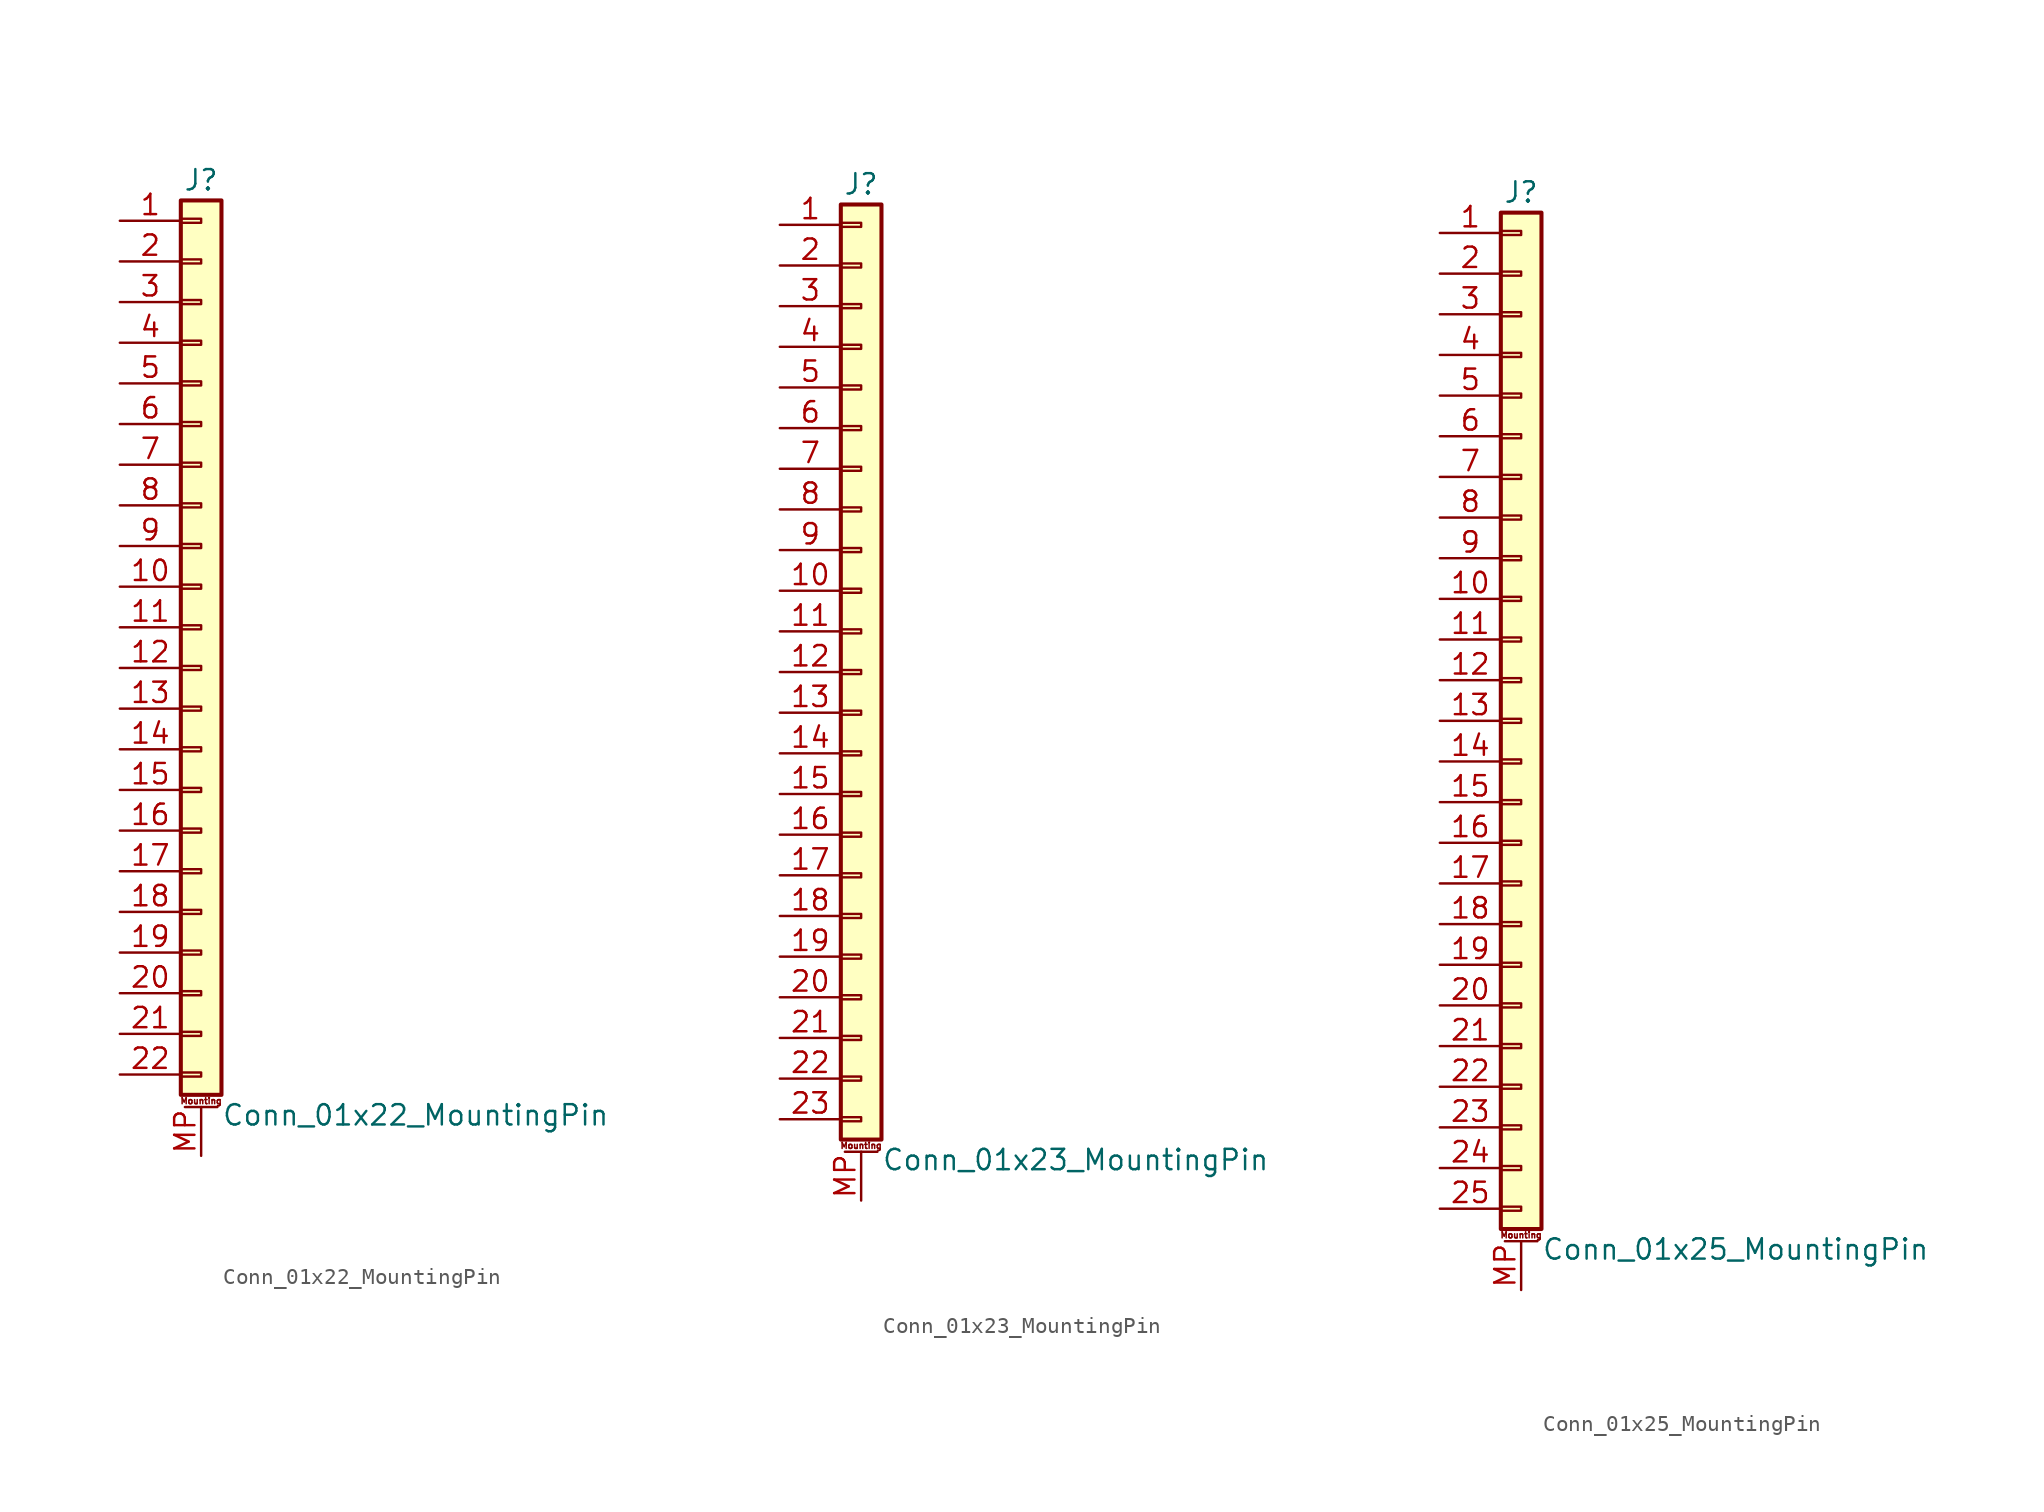
<source format=kicad_sym>
(kicad_symbol_lib
  (version 20211014)
  (generator kicad_symbol_editor)
  (symbol "Conn_01x22_MountingPin"
    (pin_names
      (offset 1.016) hide)
    (property "Reference" "J"
      (at 0 27.94 0)
      (effects (font (size 1.27 1.27))))
    (property "Value" "Conn_01x22_MountingPin"
      (at 1.27 -30.48 0)
      (effects (font (size 1.27 1.27)) (justify left)))
    (symbol "Conn_01x22_MountingPin_1_1"
      (rectangle (start -1.27 -27.813) (end 0 -28.067) (stroke (width 0.152) (type default) (color 0 0 0 0)) (fill (type none)))
      (rectangle (start -1.27 -25.273) (end 0 -25.527) (stroke (width 0.152) (type default) (color 0 0 0 0)) (fill (type none)))
      (rectangle (start -1.27 -22.733) (end 0 -22.987) (stroke (width 0.152) (type default) (color 0 0 0 0)) (fill (type none)))
      (rectangle (start -1.27 -20.193) (end 0 -20.447) (stroke (width 0.152) (type default) (color 0 0 0 0)) (fill (type none)))
      (rectangle (start -1.27 -17.653) (end 0 -17.907) (stroke (width 0.152) (type default) (color 0 0 0 0)) (fill (type none)))
      (rectangle (start -1.27 -15.113) (end 0 -15.367) (stroke (width 0.152) (type default) (color 0 0 0 0)) (fill (type none)))
      (rectangle (start -1.27 -12.573) (end 0 -12.827) (stroke (width 0.152) (type default) (color 0 0 0 0)) (fill (type none)))
      (rectangle (start -1.27 -10.033) (end 0 -10.287) (stroke (width 0.152) (type default) (color 0 0 0 0)) (fill (type none)))
      (rectangle (start -1.27 -7.493) (end 0 -7.747) (stroke (width 0.152) (type default) (color 0 0 0 0)) (fill (type none)))
      (rectangle (start -1.27 -4.953) (end 0 -5.207) (stroke (width 0.152) (type default) (color 0 0 0 0)) (fill (type none)))
      (rectangle (start -1.27 -2.413) (end 0 -2.667) (stroke (width 0.152) (type default) (color 0 0 0 0)) (fill (type none)))
      (rectangle (start -1.27 0.127) (end 0 -0.127) (stroke (width 0.152) (type default) (color 0 0 0 0)) (fill (type none)))
      (rectangle (start -1.27 2.667) (end 0 2.413) (stroke (width 0.152) (type default) (color 0 0 0 0)) (fill (type none)))
      (rectangle (start -1.27 5.207) (end 0 4.953) (stroke (width 0.152) (type default) (color 0 0 0 0)) (fill (type none)))
      (rectangle (start -1.27 7.747) (end 0 7.493) (stroke (width 0.152) (type default) (color 0 0 0 0)) (fill (type none)))
      (rectangle (start -1.27 10.287) (end 0 10.033) (stroke (width 0.152) (type default) (color 0 0 0 0)) (fill (type none)))
      (rectangle (start -1.27 12.827) (end 0 12.573) (stroke (width 0.152) (type default) (color 0 0 0 0)) (fill (type none)))
      (rectangle (start -1.27 15.367) (end 0 15.113) (stroke (width 0.152) (type default) (color 0 0 0 0)) (fill (type none)))
      (rectangle (start -1.27 17.907) (end 0 17.653) (stroke (width 0.152) (type default) (color 0 0 0 0)) (fill (type none)))
      (rectangle (start -1.27 20.447) (end 0 20.193) (stroke (width 0.152) (type default) (color 0 0 0 0)) (fill (type none)))
      (rectangle (start -1.27 22.987) (end 0 22.733) (stroke (width 0.152) (type default) (color 0 0 0 0)) (fill (type none)))
      (rectangle (start -1.27 25.527) (end 0 25.273) (stroke (width 0.152) (type default) (color 0 0 0 0)) (fill (type none)))
      (rectangle (start -1.27 26.67) (end 1.27 -29.21) (stroke (width 0.254) (type default) (color 0 0 0 0)) (fill (type background)))
      (polyline (pts (xy -1.016 -29.972) (xy 1.016 -29.972)) (stroke (width 0.152) (type default) (color 0 0 0 0)) (fill (type none)))
      (text "Mounting" (at 0 -29.591 0) (effects (font (size 0.381 0.381))))
      (pin passive line (at -5.08 25.4 0) (length 3.81) (name "Pin_1" (effects (font (size 1.27 1.27)))) (number "1" (effects (font (size 1.27 1.27)))))
      (pin passive line (at -5.08 2.54 0) (length 3.81) (name "Pin_10" (effects (font (size 1.27 1.27)))) (number "10" (effects (font (size 1.27 1.27)))))
      (pin passive line (at -5.08 0 0) (length 3.81) (name "Pin_11" (effects (font (size 1.27 1.27)))) (number "11" (effects (font (size 1.27 1.27)))))
      (pin passive line (at -5.08 -2.54 0) (length 3.81) (name "Pin_12" (effects (font (size 1.27 1.27)))) (number "12" (effects (font (size 1.27 1.27)))))
      (pin passive line (at -5.08 -5.08 0) (length 3.81) (name "Pin_13" (effects (font (size 1.27 1.27)))) (number "13" (effects (font (size 1.27 1.27)))))
      (pin passive line (at -5.08 -7.62 0) (length 3.81) (name "Pin_14" (effects (font (size 1.27 1.27)))) (number "14" (effects (font (size 1.27 1.27)))))
      (pin passive line (at -5.08 -10.16 0) (length 3.81) (name "Pin_15" (effects (font (size 1.27 1.27)))) (number "15" (effects (font (size 1.27 1.27)))))
      (pin passive line (at -5.08 -12.7 0) (length 3.81) (name "Pin_16" (effects (font (size 1.27 1.27)))) (number "16" (effects (font (size 1.27 1.27)))))
      (pin passive line (at -5.08 -15.24 0) (length 3.81) (name "Pin_17" (effects (font (size 1.27 1.27)))) (number "17" (effects (font (size 1.27 1.27)))))
      (pin passive line (at -5.08 -17.78 0) (length 3.81) (name "Pin_18" (effects (font (size 1.27 1.27)))) (number "18" (effects (font (size 1.27 1.27)))))
      (pin passive line (at -5.08 -20.32 0) (length 3.81) (name "Pin_19" (effects (font (size 1.27 1.27)))) (number "19" (effects (font (size 1.27 1.27)))))
      (pin passive line (at -5.08 22.86 0) (length 3.81) (name "Pin_2" (effects (font (size 1.27 1.27)))) (number "2" (effects (font (size 1.27 1.27)))))
      (pin passive line (at -5.08 -22.86 0) (length 3.81) (name "Pin_20" (effects (font (size 1.27 1.27)))) (number "20" (effects (font (size 1.27 1.27)))))
      (pin passive line (at -5.08 -25.4 0) (length 3.81) (name "Pin_21" (effects (font (size 1.27 1.27)))) (number "21" (effects (font (size 1.27 1.27)))))
      (pin passive line (at -5.08 -27.94 0) (length 3.81) (name "Pin_22" (effects (font (size 1.27 1.27)))) (number "22" (effects (font (size 1.27 1.27)))))
      (pin passive line (at -5.08 20.32 0) (length 3.81) (name "Pin_3" (effects (font (size 1.27 1.27)))) (number "3" (effects (font (size 1.27 1.27)))))
      (pin passive line (at -5.08 17.78 0) (length 3.81) (name "Pin_4" (effects (font (size 1.27 1.27)))) (number "4" (effects (font (size 1.27 1.27)))))
      (pin passive line (at -5.08 15.24 0) (length 3.81) (name "Pin_5" (effects (font (size 1.27 1.27)))) (number "5" (effects (font (size 1.27 1.27)))))
      (pin passive line (at -5.08 12.7 0) (length 3.81) (name "Pin_6" (effects (font (size 1.27 1.27)))) (number "6" (effects (font (size 1.27 1.27)))))
      (pin passive line (at -5.08 10.16 0) (length 3.81) (name "Pin_7" (effects (font (size 1.27 1.27)))) (number "7" (effects (font (size 1.27 1.27)))))
      (pin passive line (at -5.08 7.62 0) (length 3.81) (name "Pin_8" (effects (font (size 1.27 1.27)))) (number "8" (effects (font (size 1.27 1.27)))))
      (pin passive line (at -5.08 5.08 0) (length 3.81) (name "Pin_9" (effects (font (size 1.27 1.27)))) (number "9" (effects (font (size 1.27 1.27)))))
      (pin passive line (at 0 -33.02 90) (length 3.048) (name "MountPin" (effects (font (size 1.27 1.27)))) (number "MP" (effects (font (size 1.27 1.27)))))))
  (symbol "Conn_01x23_MountingPin"
    (pin_names
      (offset 1.016) hide)
    (property "Reference" "J"
      (at 0 30.48 0)
      (effects (font (size 1.27 1.27))))
    (property "Value" "Conn_01x23_MountingPin"
      (at 1.27 -30.48 0)
      (effects (font (size 1.27 1.27)) (justify left)))
    (symbol "Conn_01x23_MountingPin_1_1"
      (rectangle (start -1.27 -27.813) (end 0 -28.067) (stroke (width 0.152) (type default) (color 0 0 0 0)) (fill (type none)))
      (rectangle (start -1.27 -25.273) (end 0 -25.527) (stroke (width 0.152) (type default) (color 0 0 0 0)) (fill (type none)))
      (rectangle (start -1.27 -22.733) (end 0 -22.987) (stroke (width 0.152) (type default) (color 0 0 0 0)) (fill (type none)))
      (rectangle (start -1.27 -20.193) (end 0 -20.447) (stroke (width 0.152) (type default) (color 0 0 0 0)) (fill (type none)))
      (rectangle (start -1.27 -17.653) (end 0 -17.907) (stroke (width 0.152) (type default) (color 0 0 0 0)) (fill (type none)))
      (rectangle (start -1.27 -15.113) (end 0 -15.367) (stroke (width 0.152) (type default) (color 0 0 0 0)) (fill (type none)))
      (rectangle (start -1.27 -12.573) (end 0 -12.827) (stroke (width 0.152) (type default) (color 0 0 0 0)) (fill (type none)))
      (rectangle (start -1.27 -10.033) (end 0 -10.287) (stroke (width 0.152) (type default) (color 0 0 0 0)) (fill (type none)))
      (rectangle (start -1.27 -7.493) (end 0 -7.747) (stroke (width 0.152) (type default) (color 0 0 0 0)) (fill (type none)))
      (rectangle (start -1.27 -4.953) (end 0 -5.207) (stroke (width 0.152) (type default) (color 0 0 0 0)) (fill (type none)))
      (rectangle (start -1.27 -2.413) (end 0 -2.667) (stroke (width 0.152) (type default) (color 0 0 0 0)) (fill (type none)))
      (rectangle (start -1.27 0.127) (end 0 -0.127) (stroke (width 0.152) (type default) (color 0 0 0 0)) (fill (type none)))
      (rectangle (start -1.27 2.667) (end 0 2.413) (stroke (width 0.152) (type default) (color 0 0 0 0)) (fill (type none)))
      (rectangle (start -1.27 5.207) (end 0 4.953) (stroke (width 0.152) (type default) (color 0 0 0 0)) (fill (type none)))
      (rectangle (start -1.27 7.747) (end 0 7.493) (stroke (width 0.152) (type default) (color 0 0 0 0)) (fill (type none)))
      (rectangle (start -1.27 10.287) (end 0 10.033) (stroke (width 0.152) (type default) (color 0 0 0 0)) (fill (type none)))
      (rectangle (start -1.27 12.827) (end 0 12.573) (stroke (width 0.152) (type default) (color 0 0 0 0)) (fill (type none)))
      (rectangle (start -1.27 15.367) (end 0 15.113) (stroke (width 0.152) (type default) (color 0 0 0 0)) (fill (type none)))
      (rectangle (start -1.27 17.907) (end 0 17.653) (stroke (width 0.152) (type default) (color 0 0 0 0)) (fill (type none)))
      (rectangle (start -1.27 20.447) (end 0 20.193) (stroke (width 0.152) (type default) (color 0 0 0 0)) (fill (type none)))
      (rectangle (start -1.27 22.987) (end 0 22.733) (stroke (width 0.152) (type default) (color 0 0 0 0)) (fill (type none)))
      (rectangle (start -1.27 25.527) (end 0 25.273) (stroke (width 0.152) (type default) (color 0 0 0 0)) (fill (type none)))
      (rectangle (start -1.27 28.067) (end 0 27.813) (stroke (width 0.152) (type default) (color 0 0 0 0)) (fill (type none)))
      (rectangle (start -1.27 29.21) (end 1.27 -29.21) (stroke (width 0.254) (type default) (color 0 0 0 0)) (fill (type background)))
      (polyline (pts (xy -1.016 -29.972) (xy 1.016 -29.972)) (stroke (width 0.152) (type default) (color 0 0 0 0)) (fill (type none)))
      (text "Mounting" (at 0 -29.591 0) (effects (font (size 0.381 0.381))))
      (pin passive line (at -5.08 27.94 0) (length 3.81) (name "Pin_1" (effects (font (size 1.27 1.27)))) (number "1" (effects (font (size 1.27 1.27)))))
      (pin passive line (at -5.08 5.08 0) (length 3.81) (name "Pin_10" (effects (font (size 1.27 1.27)))) (number "10" (effects (font (size 1.27 1.27)))))
      (pin passive line (at -5.08 2.54 0) (length 3.81) (name "Pin_11" (effects (font (size 1.27 1.27)))) (number "11" (effects (font (size 1.27 1.27)))))
      (pin passive line (at -5.08 0 0) (length 3.81) (name "Pin_12" (effects (font (size 1.27 1.27)))) (number "12" (effects (font (size 1.27 1.27)))))
      (pin passive line (at -5.08 -2.54 0) (length 3.81) (name "Pin_13" (effects (font (size 1.27 1.27)))) (number "13" (effects (font (size 1.27 1.27)))))
      (pin passive line (at -5.08 -5.08 0) (length 3.81) (name "Pin_14" (effects (font (size 1.27 1.27)))) (number "14" (effects (font (size 1.27 1.27)))))
      (pin passive line (at -5.08 -7.62 0) (length 3.81) (name "Pin_15" (effects (font (size 1.27 1.27)))) (number "15" (effects (font (size 1.27 1.27)))))
      (pin passive line (at -5.08 -10.16 0) (length 3.81) (name "Pin_16" (effects (font (size 1.27 1.27)))) (number "16" (effects (font (size 1.27 1.27)))))
      (pin passive line (at -5.08 -12.7 0) (length 3.81) (name "Pin_17" (effects (font (size 1.27 1.27)))) (number "17" (effects (font (size 1.27 1.27)))))
      (pin passive line (at -5.08 -15.24 0) (length 3.81) (name "Pin_18" (effects (font (size 1.27 1.27)))) (number "18" (effects (font (size 1.27 1.27)))))
      (pin passive line (at -5.08 -17.78 0) (length 3.81) (name "Pin_19" (effects (font (size 1.27 1.27)))) (number "19" (effects (font (size 1.27 1.27)))))
      (pin passive line (at -5.08 25.4 0) (length 3.81) (name "Pin_2" (effects (font (size 1.27 1.27)))) (number "2" (effects (font (size 1.27 1.27)))))
      (pin passive line (at -5.08 -20.32 0) (length 3.81) (name "Pin_20" (effects (font (size 1.27 1.27)))) (number "20" (effects (font (size 1.27 1.27)))))
      (pin passive line (at -5.08 -22.86 0) (length 3.81) (name "Pin_21" (effects (font (size 1.27 1.27)))) (number "21" (effects (font (size 1.27 1.27)))))
      (pin passive line (at -5.08 -25.4 0) (length 3.81) (name "Pin_22" (effects (font (size 1.27 1.27)))) (number "22" (effects (font (size 1.27 1.27)))))
      (pin passive line (at -5.08 -27.94 0) (length 3.81) (name "Pin_23" (effects (font (size 1.27 1.27)))) (number "23" (effects (font (size 1.27 1.27)))))
      (pin passive line (at -5.08 22.86 0) (length 3.81) (name "Pin_3" (effects (font (size 1.27 1.27)))) (number "3" (effects (font (size 1.27 1.27)))))
      (pin passive line (at -5.08 20.32 0) (length 3.81) (name "Pin_4" (effects (font (size 1.27 1.27)))) (number "4" (effects (font (size 1.27 1.27)))))
      (pin passive line (at -5.08 17.78 0) (length 3.81) (name "Pin_5" (effects (font (size 1.27 1.27)))) (number "5" (effects (font (size 1.27 1.27)))))
      (pin passive line (at -5.08 15.24 0) (length 3.81) (name "Pin_6" (effects (font (size 1.27 1.27)))) (number "6" (effects (font (size 1.27 1.27)))))
      (pin passive line (at -5.08 12.7 0) (length 3.81) (name "Pin_7" (effects (font (size 1.27 1.27)))) (number "7" (effects (font (size 1.27 1.27)))))
      (pin passive line (at -5.08 10.16 0) (length 3.81) (name "Pin_8" (effects (font (size 1.27 1.27)))) (number "8" (effects (font (size 1.27 1.27)))))
      (pin passive line (at -5.08 7.62 0) (length 3.81) (name "Pin_9" (effects (font (size 1.27 1.27)))) (number "9" (effects (font (size 1.27 1.27)))))
      (pin passive line (at 0 -33.02 90) (length 3.048) (name "MountPin" (effects (font (size 1.27 1.27)))) (number "MP" (effects (font (size 1.27 1.27)))))))
  (symbol "Conn_01x25_MountingPin"
    (pin_names
      (offset 1.016) hide)
    (property "Reference" "J"
      (at 0 33.02 0)
      (effects (font (size 1.27 1.27))))
    (property "Value" "Conn_01x25_MountingPin"
      (at 1.27 -33.02 0)
      (effects (font (size 1.27 1.27)) (justify left)))
    (symbol "Conn_01x25_MountingPin_1_1"
      (rectangle (start -1.27 -30.353) (end 0 -30.607) (stroke (width 0.152) (type default) (color 0 0 0 0)) (fill (type none)))
      (rectangle (start -1.27 -27.813) (end 0 -28.067) (stroke (width 0.152) (type default) (color 0 0 0 0)) (fill (type none)))
      (rectangle (start -1.27 -25.273) (end 0 -25.527) (stroke (width 0.152) (type default) (color 0 0 0 0)) (fill (type none)))
      (rectangle (start -1.27 -22.733) (end 0 -22.987) (stroke (width 0.152) (type default) (color 0 0 0 0)) (fill (type none)))
      (rectangle (start -1.27 -20.193) (end 0 -20.447) (stroke (width 0.152) (type default) (color 0 0 0 0)) (fill (type none)))
      (rectangle (start -1.27 -17.653) (end 0 -17.907) (stroke (width 0.152) (type default) (color 0 0 0 0)) (fill (type none)))
      (rectangle (start -1.27 -15.113) (end 0 -15.367) (stroke (width 0.152) (type default) (color 0 0 0 0)) (fill (type none)))
      (rectangle (start -1.27 -12.573) (end 0 -12.827) (stroke (width 0.152) (type default) (color 0 0 0 0)) (fill (type none)))
      (rectangle (start -1.27 -10.033) (end 0 -10.287) (stroke (width 0.152) (type default) (color 0 0 0 0)) (fill (type none)))
      (rectangle (start -1.27 -7.493) (end 0 -7.747) (stroke (width 0.152) (type default) (color 0 0 0 0)) (fill (type none)))
      (rectangle (start -1.27 -4.953) (end 0 -5.207) (stroke (width 0.152) (type default) (color 0 0 0 0)) (fill (type none)))
      (rectangle (start -1.27 -2.413) (end 0 -2.667) (stroke (width 0.152) (type default) (color 0 0 0 0)) (fill (type none)))
      (rectangle (start -1.27 0.127) (end 0 -0.127) (stroke (width 0.152) (type default) (color 0 0 0 0)) (fill (type none)))
      (rectangle (start -1.27 2.667) (end 0 2.413) (stroke (width 0.152) (type default) (color 0 0 0 0)) (fill (type none)))
      (rectangle (start -1.27 5.207) (end 0 4.953) (stroke (width 0.152) (type default) (color 0 0 0 0)) (fill (type none)))
      (rectangle (start -1.27 7.747) (end 0 7.493) (stroke (width 0.152) (type default) (color 0 0 0 0)) (fill (type none)))
      (rectangle (start -1.27 10.287) (end 0 10.033) (stroke (width 0.152) (type default) (color 0 0 0 0)) (fill (type none)))
      (rectangle (start -1.27 12.827) (end 0 12.573) (stroke (width 0.152) (type default) (color 0 0 0 0)) (fill (type none)))
      (rectangle (start -1.27 15.367) (end 0 15.113) (stroke (width 0.152) (type default) (color 0 0 0 0)) (fill (type none)))
      (rectangle (start -1.27 17.907) (end 0 17.653) (stroke (width 0.152) (type default) (color 0 0 0 0)) (fill (type none)))
      (rectangle (start -1.27 20.447) (end 0 20.193) (stroke (width 0.152) (type default) (color 0 0 0 0)) (fill (type none)))
      (rectangle (start -1.27 22.987) (end 0 22.733) (stroke (width 0.152) (type default) (color 0 0 0 0)) (fill (type none)))
      (rectangle (start -1.27 25.527) (end 0 25.273) (stroke (width 0.152) (type default) (color 0 0 0 0)) (fill (type none)))
      (rectangle (start -1.27 28.067) (end 0 27.813) (stroke (width 0.152) (type default) (color 0 0 0 0)) (fill (type none)))
      (rectangle (start -1.27 30.607) (end 0 30.353) (stroke (width 0.152) (type default) (color 0 0 0 0)) (fill (type none)))
      (rectangle (start -1.27 31.75) (end 1.27 -31.75) (stroke (width 0.254) (type default) (color 0 0 0 0)) (fill (type background)))
      (polyline (pts (xy -1.016 -32.512) (xy 1.016 -32.512)) (stroke (width 0.152) (type default) (color 0 0 0 0)) (fill (type none)))
      (text "Mounting" (at 0 -32.131 0) (effects (font (size 0.381 0.381))))
      (pin passive line (at -5.08 30.48 0) (length 3.81) (name "Pin_1" (effects (font (size 1.27 1.27)))) (number "1" (effects (font (size 1.27 1.27)))))
      (pin passive line (at -5.08 7.62 0) (length 3.81) (name "Pin_10" (effects (font (size 1.27 1.27)))) (number "10" (effects (font (size 1.27 1.27)))))
      (pin passive line (at -5.08 5.08 0) (length 3.81) (name "Pin_11" (effects (font (size 1.27 1.27)))) (number "11" (effects (font (size 1.27 1.27)))))
      (pin passive line (at -5.08 2.54 0) (length 3.81) (name "Pin_12" (effects (font (size 1.27 1.27)))) (number "12" (effects (font (size 1.27 1.27)))))
      (pin passive line (at -5.08 0 0) (length 3.81) (name "Pin_13" (effects (font (size 1.27 1.27)))) (number "13" (effects (font (size 1.27 1.27)))))
      (pin passive line (at -5.08 -2.54 0) (length 3.81) (name "Pin_14" (effects (font (size 1.27 1.27)))) (number "14" (effects (font (size 1.27 1.27)))))
      (pin passive line (at -5.08 -5.08 0) (length 3.81) (name "Pin_15" (effects (font (size 1.27 1.27)))) (number "15" (effects (font (size 1.27 1.27)))))
      (pin passive line (at -5.08 -7.62 0) (length 3.81) (name "Pin_16" (effects (font (size 1.27 1.27)))) (number "16" (effects (font (size 1.27 1.27)))))
      (pin passive line (at -5.08 -10.16 0) (length 3.81) (name "Pin_17" (effects (font (size 1.27 1.27)))) (number "17" (effects (font (size 1.27 1.27)))))
      (pin passive line (at -5.08 -12.7 0) (length 3.81) (name "Pin_18" (effects (font (size 1.27 1.27)))) (number "18" (effects (font (size 1.27 1.27)))))
      (pin passive line (at -5.08 -15.24 0) (length 3.81) (name "Pin_19" (effects (font (size 1.27 1.27)))) (number "19" (effects (font (size 1.27 1.27)))))
      (pin passive line (at -5.08 27.94 0) (length 3.81) (name "Pin_2" (effects (font (size 1.27 1.27)))) (number "2" (effects (font (size 1.27 1.27)))))
      (pin passive line (at -5.08 -17.78 0) (length 3.81) (name "Pin_20" (effects (font (size 1.27 1.27)))) (number "20" (effects (font (size 1.27 1.27)))))
      (pin passive line (at -5.08 -20.32 0) (length 3.81) (name "Pin_21" (effects (font (size 1.27 1.27)))) (number "21" (effects (font (size 1.27 1.27)))))
      (pin passive line (at -5.08 -22.86 0) (length 3.81) (name "Pin_22" (effects (font (size 1.27 1.27)))) (number "22" (effects (font (size 1.27 1.27)))))
      (pin passive line (at -5.08 -25.4 0) (length 3.81) (name "Pin_23" (effects (font (size 1.27 1.27)))) (number "23" (effects (font (size 1.27 1.27)))))
      (pin passive line (at -5.08 -27.94 0) (length 3.81) (name "Pin_24" (effects (font (size 1.27 1.27)))) (number "24" (effects (font (size 1.27 1.27)))))
      (pin passive line (at -5.08 -30.48 0) (length 3.81) (name "Pin_25" (effects (font (size 1.27 1.27)))) (number "25" (effects (font (size 1.27 1.27)))))
      (pin passive line (at -5.08 25.4 0) (length 3.81) (name "Pin_3" (effects (font (size 1.27 1.27)))) (number "3" (effects (font (size 1.27 1.27)))))
      (pin passive line (at -5.08 22.86 0) (length 3.81) (name "Pin_4" (effects (font (size 1.27 1.27)))) (number "4" (effects (font (size 1.27 1.27)))))
      (pin passive line (at -5.08 20.32 0) (length 3.81) (name "Pin_5" (effects (font (size 1.27 1.27)))) (number "5" (effects (font (size 1.27 1.27)))))
      (pin passive line (at -5.08 17.78 0) (length 3.81) (name "Pin_6" (effects (font (size 1.27 1.27)))) (number "6" (effects (font (size 1.27 1.27)))))
      (pin passive line (at -5.08 15.24 0) (length 3.81) (name "Pin_7" (effects (font (size 1.27 1.27)))) (number "7" (effects (font (size 1.27 1.27)))))
      (pin passive line (at -5.08 12.7 0) (length 3.81) (name "Pin_8" (effects (font (size 1.27 1.27)))) (number "8" (effects (font (size 1.27 1.27)))))
      (pin passive line (at -5.08 10.16 0) (length 3.81) (name "Pin_9" (effects (font (size 1.27 1.27)))) (number "9" (effects (font (size 1.27 1.27)))))
      (pin passive line (at 0 -35.56 90) (length 3.048) (name "MountPin" (effects (font (size 1.27 1.27)))) (number "MP" (effects (font (size 1.27 1.27))))))))
</source>
